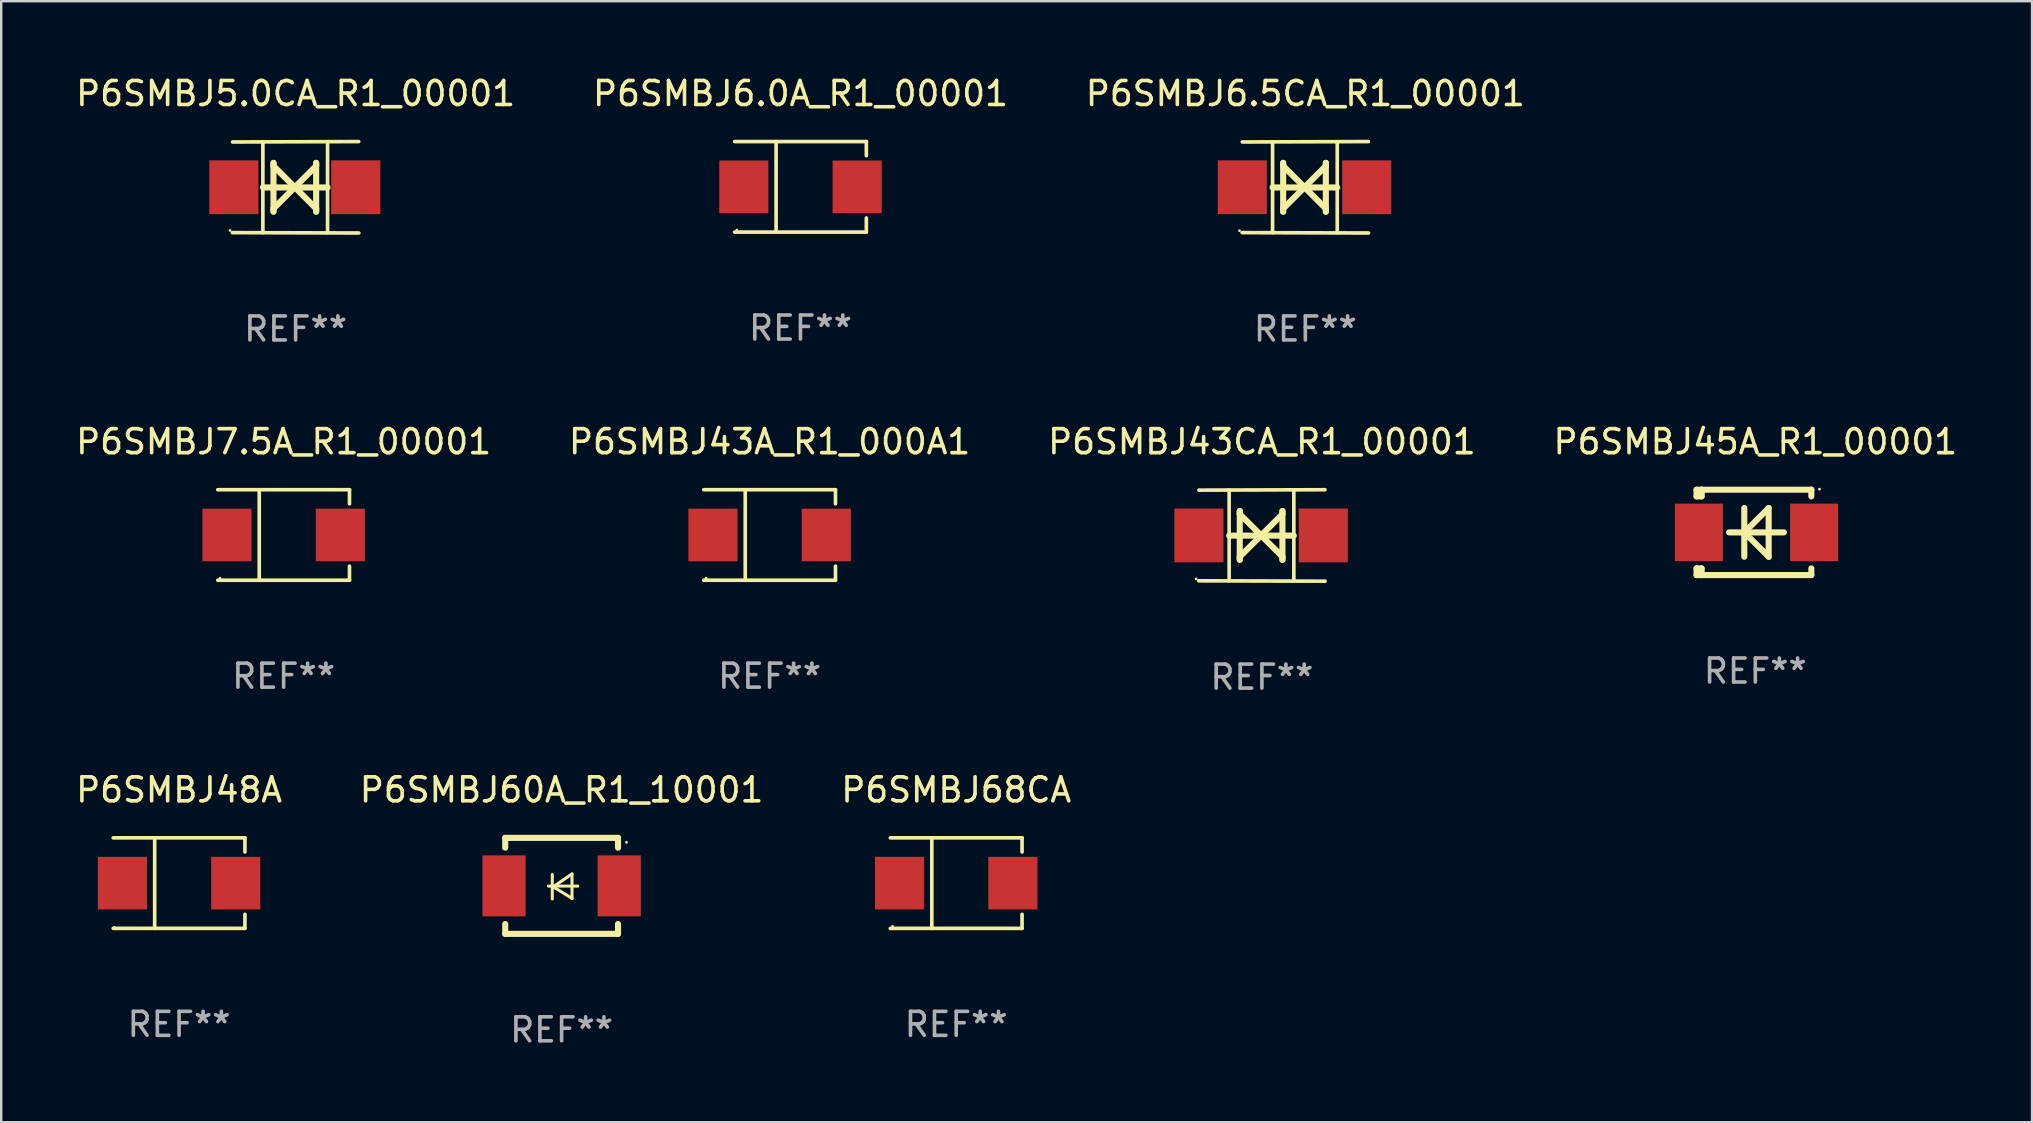
<source format=kicad_pcb>
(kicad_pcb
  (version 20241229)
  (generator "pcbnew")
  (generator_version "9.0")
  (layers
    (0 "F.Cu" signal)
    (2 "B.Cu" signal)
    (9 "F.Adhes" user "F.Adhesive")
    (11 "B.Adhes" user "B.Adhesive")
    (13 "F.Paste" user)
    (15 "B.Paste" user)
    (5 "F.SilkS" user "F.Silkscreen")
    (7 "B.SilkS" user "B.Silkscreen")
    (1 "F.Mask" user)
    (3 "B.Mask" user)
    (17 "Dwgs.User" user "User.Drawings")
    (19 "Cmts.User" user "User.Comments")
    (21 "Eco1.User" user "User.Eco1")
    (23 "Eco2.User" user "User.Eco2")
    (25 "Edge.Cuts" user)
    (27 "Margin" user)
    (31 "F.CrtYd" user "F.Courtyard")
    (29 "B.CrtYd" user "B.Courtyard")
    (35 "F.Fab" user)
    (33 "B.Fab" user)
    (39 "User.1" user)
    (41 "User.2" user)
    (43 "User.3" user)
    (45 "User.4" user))
  (footprint "P6SMBJ43CA_R1_00001"
    (layer "F.Cu")
    (at 49.53 19.26)
    (property "Reference" "P6SMBJ43CA_R1_00001" (at 0 -3.905 0) (layer "F.SilkS") (effects (font (size 1 1) (thickness 0.15))))
    (attr through_hole)
    (fp_line (start -1.365 1.886) (end -1.365 -1.886) (stroke (width 0.152) (type solid)) (layer "F.SilkS"))
    (fp_line (start -1.365 0.008) (end 1.33 0.008) (stroke (width 0.254) (type solid)) (layer "F.SilkS"))
    (fp_line (start -0.923 -1.016) (end -0.923 1.016) (stroke (width 0.254) (type solid)) (layer "F.SilkS"))
    (fp_line (start -0.923 -0.889) (end -0.923 -1.016) (stroke (width 0.254) (type solid)) (layer "F.SilkS"))
    (fp_line (start -0.923 0.889) (end -0.034 0) (stroke (width 0.254) (type solid)) (layer "F.SilkS"))
    (fp_line (start -0.923 1.016) (end -0.923 0.889) (stroke (width 0.254) (type solid)) (layer "F.SilkS"))
    (fp_line (start -0.034 0) (end -0.923 -0.889) (stroke (width 0.254) (type solid)) (layer "F.SilkS"))
    (fp_line (start -0.034 0) (end 0.855 0.889) (stroke (width 0.254) (type solid)) (layer "F.SilkS"))
    (fp_line (start 0.855 -1.016) (end 0.855 -0.889) (stroke (width 0.254) (type solid)) (layer "F.SilkS"))
    (fp_line (start 0.855 -0.889) (end -0.034 0) (stroke (width 0.254) (type solid)) (layer "F.SilkS"))
    (fp_line (start 0.855 0.889) (end 0.855 1.016) (stroke (width 0.254) (type solid)) (layer "F.SilkS"))
    (fp_line (start 0.855 1.016) (end 0.855 -1.016) (stroke (width 0.254) (type solid)) (layer "F.SilkS"))
    (fp_line (start 1.33 1.886) (end 1.33 -1.886) (stroke (width 0.152) (type solid)) (layer "F.SilkS"))
    (fp_line (start 2.629 -1.905) (end -2.625 -1.887) (stroke (width 0.152) (type solid)) (layer "F.SilkS"))
    (fp_line (start 2.633 1.905) (end -2.633 1.89) (stroke (width 0.152) (type solid)) (layer "F.SilkS"))
    (fp_circle (center -2.741 1.81) (end -2.711 1.81) (stroke (width 0.06) (type solid)) (fill no) (layer "F.SilkS"))
    (fp_text user "REF**" (at 0 5.905 0) (layer "F.Fab") (effects (font (size 1 1) (thickness 0.15))))
    (pad "1" smd rect (at -2.625 0) (size 2.047 2.241) (layers "F.Cu" "F.Mask" "F.Paste"))
    (pad "2" smd rect (at 2.557 0) (size 2.047 2.241) (layers "F.Cu" "F.Mask" "F.Paste")))
  (footprint "P6SMBJ43A_R1_000A1"
    (layer "F.Cu")
    (at 29.018 19.241)
    (property "Reference" "P6SMBJ43A_R1_000A1" (at 0 -3.886 0) (layer "F.SilkS") (effects (font (size 1 1) (thickness 0.15))))
    (attr through_hole)
    (fp_line (start -2.744 -1.886) (end 2.744 -1.886) (stroke (width 0.152) (type solid)) (layer "F.SilkS"))
    (fp_line (start -2.744 1.886) (end 2.744 1.886) (stroke (width 0.152) (type solid)) (layer "F.SilkS"))
    (fp_line (start -1.016 -1.886) (end -1.016 1.886) (stroke (width 0.152) (type solid)) (layer "F.SilkS"))
    (fp_line (start 2.744 -1.886) (end 2.744 -1.299) (stroke (width 0.152) (type solid)) (layer "F.SilkS"))
    (fp_line (start 2.744 1.886) (end 2.744 1.299) (stroke (width 0.152) (type solid)) (layer "F.SilkS"))
    (fp_circle (center -2.65 1.8) (end -2.62 1.8) (stroke (width 0.06) (type solid)) (fill no) (layer "F.SilkS"))
    (fp_text user "REF**" (at 0 5.886 0) (layer "F.Fab") (effects (font (size 1 1) (thickness 0.15))))
    (pad "1" smd rect (at -2.361 0) (size 2.047 2.192) (layers "F.Cu" "F.Mask" "F.Paste"))
    (pad "2" smd rect (at 2.361 0) (size 2.047 2.192) (layers "F.Cu" "F.Mask" "F.Paste")))
  (footprint "P6SMBJ45A_R1_00001"
    (layer "F.Cu")
    (at 70.089 19.133)
    (property "Reference" "P6SMBJ45A_R1_00001" (at 0 -3.778 0) (layer "F.SilkS") (effects (font (size 1 1) (thickness 0.15))))
    (attr through_hole)
    (fp_line (start -2.448 1.501) (end -2.448 1.778) (stroke (width 0.254) (type solid)) (layer "F.SilkS"))
    (fp_line (start -2.448 1.778) (end -2.237 1.778) (stroke (width 0.254) (type solid)) (layer "F.SilkS"))
    (fp_line (start -2.448 -1.778) (end -2.448 -1.501) (stroke (width 0.254) (type solid)) (layer "F.SilkS"))
    (fp_line (start -2.448 -1.501) (end -2.238 -1.501) (stroke (width 0.254) (type solid)) (layer "F.SilkS"))
    (fp_line (start -2.448 1.501) (end -2.238 1.501) (stroke (width 0.254) (type solid)) (layer "F.SilkS"))
    (fp_line (start -2.238 -1.778) (end -2.448 -1.778) (stroke (width 0.254) (type solid)) (layer "F.SilkS"))
    (fp_line (start -2.238 -1.778) (end 2.334 -1.778) (stroke (width 0.254) (type solid)) (layer "F.SilkS"))
    (fp_line (start -2.238 -1.651) (end -2.238 -1.778) (stroke (width 0.254) (type solid)) (layer "F.SilkS"))
    (fp_line (start -2.238 -1.501) (end -2.238 -1.651) (stroke (width 0.254) (type solid)) (layer "F.SilkS"))
    (fp_line (start -2.238 1.778) (end -2.238 1.501) (stroke (width 0.254) (type solid)) (layer "F.SilkS"))
    (fp_line (start -1.095 0) (end 1.191 0) (stroke (width 0.254) (type solid)) (layer "F.SilkS"))
    (fp_line (start -0.46 -1.016) (end -0.46 1.016) (stroke (width 0.254) (type solid)) (layer "F.SilkS"))
    (fp_line (start -0.459 -0.000178) (end 0.557 1.016) (stroke (width 0.254) (type solid)) (layer "F.SilkS"))
    (fp_line (start 0.556 -1.016) (end 0.556 1.016) (stroke (width 0.254) (type solid)) (layer "F.SilkS"))
    (fp_line (start 0.557 -1.016) (end -0.459 -0.000178) (stroke (width 0.254) (type solid)) (layer "F.SilkS"))
    (fp_line (start 2.334 -1.778) (end 2.334 -1.501) (stroke (width 0.254) (type solid)) (layer "F.SilkS"))
    (fp_line (start 2.334 1.501) (end 2.334 1.778) (stroke (width 0.254) (type solid)) (layer "F.SilkS"))
    (fp_line (start 2.334 1.778) (end -2.238 1.778) (stroke (width 0.254) (type solid)) (layer "F.SilkS"))
    (fp_circle (center 2.674 -1.8) (end 2.704 -1.8) (stroke (width 0.06) (type solid)) (fill no) (layer "F.SilkS"))
    (fp_text user "REF**" (at 0 5.778 0) (layer "F.Fab") (effects (font (size 1 1) (thickness 0.15))))
    (pad "1" smd rect (at 2.448 -0.000025) (size 2 2.4) (layers "F.Cu" "F.Mask" "F.Paste"))
    (pad "2" smd rect (at -2.352 -0.000025) (size 2 2.4) (layers "F.Cu" "F.Mask" "F.Paste")))
  (footprint "P6SMBJ6.0A_R1_00001"
    (layer "F.Cu")
    (at 30.304 4.734)
    (property "Reference" "P6SMBJ6.0A_R1_00001" (at 0 -3.886 0) (layer "F.SilkS") (effects (font (size 1 1) (thickness 0.15))))
    (attr through_hole)
    (fp_line (start -2.744 -1.886) (end 2.744 -1.886) (stroke (width 0.152) (type solid)) (layer "F.SilkS"))
    (fp_line (start -2.744 1.886) (end 2.744 1.886) (stroke (width 0.152) (type solid)) (layer "F.SilkS"))
    (fp_line (start -1.016 -1.886) (end -1.016 1.886) (stroke (width 0.152) (type solid)) (layer "F.SilkS"))
    (fp_line (start 2.744 -1.886) (end 2.744 -1.299) (stroke (width 0.152) (type solid)) (layer "F.SilkS"))
    (fp_line (start 2.744 1.886) (end 2.744 1.299) (stroke (width 0.152) (type solid)) (layer "F.SilkS"))
    (fp_circle (center -2.65 1.8) (end -2.62 1.8) (stroke (width 0.06) (type solid)) (fill no) (layer "F.SilkS"))
    (fp_text user "REF**" (at 0 5.886 0) (layer "F.Fab") (effects (font (size 1 1) (thickness 0.15))))
    (pad "1" smd rect (at -2.361 0) (size 2.047 2.192) (layers "F.Cu" "F.Mask" "F.Paste"))
    (pad "2" smd rect (at 2.361 0) (size 2.047 2.192) (layers "F.Cu" "F.Mask" "F.Paste")))
  (footprint "P6SMBJ48A"
    (layer "F.Cu")
    (at 4.411 33.747)
    (property "Reference" "P6SMBJ48A" (at 0 -3.886 0) (layer "F.SilkS") (effects (font (size 1 1) (thickness 0.15))))
    (attr through_hole)
    (fp_line (start -2.744 -1.886) (end 2.744 -1.886) (stroke (width 0.152) (type solid)) (layer "F.SilkS"))
    (fp_line (start -2.744 1.886) (end 2.744 1.886) (stroke (width 0.152) (type solid)) (layer "F.SilkS"))
    (fp_line (start -1.016 -1.886) (end -1.016 1.886) (stroke (width 0.152) (type solid)) (layer "F.SilkS"))
    (fp_line (start 2.744 -1.886) (end 2.744 -1.299) (stroke (width 0.152) (type solid)) (layer "F.SilkS"))
    (fp_line (start 2.744 1.886) (end 2.744 1.299) (stroke (width 0.152) (type solid)) (layer "F.SilkS"))
    (fp_circle (center -2.7 1.85) (end -2.67 1.85) (stroke (width 0.06) (type solid)) (fill no) (layer "F.SilkS"))
    (fp_text user "REF**" (at 0 5.886 0) (layer "F.Fab") (effects (font (size 1 1) (thickness 0.15))))
    (pad "1" smd rect (at -2.361 0) (size 2.047 2.192) (layers "F.Cu" "F.Mask" "F.Paste"))
    (pad "2" smd rect (at 2.361 0) (size 2.047 2.192) (layers "F.Cu" "F.Mask" "F.Paste")))
  (footprint "P6SMBJ5.0CA_R1_00001"
    (layer "F.Cu")
    (at 9.268 4.753)
    (property "Reference" "P6SMBJ5.0CA_R1_00001" (at 0 -3.905 0) (layer "F.SilkS") (effects (font (size 1 1) (thickness 0.15))))
    (attr through_hole)
    (fp_line (start -1.365 1.886) (end -1.365 -1.886) (stroke (width 0.152) (type solid)) (layer "F.SilkS"))
    (fp_line (start -1.365 0.008) (end 1.33 0.008) (stroke (width 0.254) (type solid)) (layer "F.SilkS"))
    (fp_line (start -0.923 -1.016) (end -0.923 1.016) (stroke (width 0.254) (type solid)) (layer "F.SilkS"))
    (fp_line (start -0.923 -0.889) (end -0.923 -1.016) (stroke (width 0.254) (type solid)) (layer "F.SilkS"))
    (fp_line (start -0.923 0.889) (end -0.034 0) (stroke (width 0.254) (type solid)) (layer "F.SilkS"))
    (fp_line (start -0.923 1.016) (end -0.923 0.889) (stroke (width 0.254) (type solid)) (layer "F.SilkS"))
    (fp_line (start -0.034 0) (end -0.923 -0.889) (stroke (width 0.254) (type solid)) (layer "F.SilkS"))
    (fp_line (start -0.034 0) (end 0.855 0.889) (stroke (width 0.254) (type solid)) (layer "F.SilkS"))
    (fp_line (start 0.855 -1.016) (end 0.855 -0.889) (stroke (width 0.254) (type solid)) (layer "F.SilkS"))
    (fp_line (start 0.855 -0.889) (end -0.034 0) (stroke (width 0.254) (type solid)) (layer "F.SilkS"))
    (fp_line (start 0.855 0.889) (end 0.855 1.016) (stroke (width 0.254) (type solid)) (layer "F.SilkS"))
    (fp_line (start 0.855 1.016) (end 0.855 -1.016) (stroke (width 0.254) (type solid)) (layer "F.SilkS"))
    (fp_line (start 1.33 1.886) (end 1.33 -1.886) (stroke (width 0.152) (type solid)) (layer "F.SilkS"))
    (fp_line (start 2.629 -1.905) (end -2.625 -1.887) (stroke (width 0.152) (type solid)) (layer "F.SilkS"))
    (fp_line (start 2.633 1.905) (end -2.633 1.89) (stroke (width 0.152) (type solid)) (layer "F.SilkS"))
    (fp_circle (center -2.732 1.8) (end -2.702 1.8) (stroke (width 0.06) (type solid)) (fill no) (layer "F.SilkS"))
    (fp_text user "REF**" (at 0 5.905 0) (layer "F.Fab") (effects (font (size 1 1) (thickness 0.15))))
    (pad "1" smd rect (at -2.574 0) (size 2.047 2.241) (layers "F.Cu" "F.Mask" "F.Paste"))
    (pad "2" smd rect (at 2.506 0) (size 2.047 2.241) (layers "F.Cu" "F.Mask" "F.Paste")))
  (footprint "P6SMBJ7.5A_R1_00001"
    (layer "F.Cu")
    (at 8.768 19.241)
    (property "Reference" "P6SMBJ7.5A_R1_00001" (at 0 -3.886 0) (layer "F.SilkS") (effects (font (size 1 1) (thickness 0.15))))
    (attr through_hole)
    (fp_line (start -2.744 -1.886) (end 2.744 -1.886) (stroke (width 0.152) (type solid)) (layer "F.SilkS"))
    (fp_line (start -2.744 1.886) (end 2.744 1.886) (stroke (width 0.152) (type solid)) (layer "F.SilkS"))
    (fp_line (start -1.016 -1.886) (end -1.016 1.886) (stroke (width 0.152) (type solid)) (layer "F.SilkS"))
    (fp_line (start 2.744 -1.886) (end 2.744 -1.299) (stroke (width 0.152) (type solid)) (layer "F.SilkS"))
    (fp_line (start 2.744 1.886) (end 2.744 1.299) (stroke (width 0.152) (type solid)) (layer "F.SilkS"))
    (fp_circle (center -2.65 1.8) (end -2.62 1.8) (stroke (width 0.06) (type solid)) (fill no) (layer "F.SilkS"))
    (fp_text user "REF**" (at 0 5.886 0) (layer "F.Fab") (effects (font (size 1 1) (thickness 0.15))))
    (pad "1" smd rect (at -2.361 0) (size 2.047 2.192) (layers "F.Cu" "F.Mask" "F.Paste"))
    (pad "2" smd rect (at 2.361 0) (size 2.047 2.192) (layers "F.Cu" "F.Mask" "F.Paste")))
  (footprint "P6SMBJ60A_R1_10001"
    (layer "F.Cu")
    (at 20.351 33.861)
    (property "Reference" "P6SMBJ60A_R1_10001" (at 0 -4 0) (layer "F.SilkS") (effects (font (size 1 1) (thickness 0.15))))
    (attr through_hole)
    (fp_line (start -2.35 -2) (end -2.35 -1.591) (stroke (width 0.254) (type solid)) (layer "F.SilkS"))
    (fp_line (start -2.35 -2) (end 2.35 -2) (stroke (width 0.254) (type solid)) (layer "F.SilkS"))
    (fp_line (start -2.35 1.591) (end -2.35 2) (stroke (width 0.254) (type solid)) (layer "F.SilkS"))
    (fp_line (start -2.35 2) (end 2.35 2) (stroke (width 0.254) (type solid)) (layer "F.SilkS"))
    (fp_line (start -0.548 0.01) (end 0.671 0.01) (stroke (width 0.127) (type solid)) (layer "F.SilkS"))
    (fp_line (start -0.389 -0.47) (end -0.389 0.546) (stroke (width 0.127) (type solid)) (layer "F.SilkS"))
    (fp_line (start -0.35 0.04) (end 0.433 0.52) (stroke (width 0.127) (type solid)) (layer "F.SilkS"))
    (fp_line (start 0.433 -0.5) (end -0.35 0.04) (stroke (width 0.127) (type solid)) (layer "F.SilkS"))
    (fp_line (start 0.433 0.53) (end 0.433 -0.486) (stroke (width 0.127) (type solid)) (layer "F.SilkS"))
    (fp_line (start 2.35 -2) (end 2.35 -1.591) (stroke (width 0.254) (type solid)) (layer "F.SilkS"))
    (fp_line (start 2.35 1.591) (end 2.35 2) (stroke (width 0.254) (type solid)) (layer "F.SilkS"))
    (fp_circle (center 2.704 -1.813) (end 2.734 -1.813) (stroke (width 0.06) (type solid)) (fill no) (layer "F.SilkS"))
    (fp_text user "REF**" (at 0 6 0) (layer "F.Fab") (effects (font (size 1 1) (thickness 0.15))))
    (pad "1" smd rect (at 2.4 0) (size 1.8 2.54) (layers "F.Cu" "F.Mask" "F.Paste"))
    (pad "2" smd rect (at -2.4 0) (size 1.8 2.54) (layers "F.Cu" "F.Mask" "F.Paste")))
  (footprint "P6SMBJ6.5CA_R1_00001"
    (layer "F.Cu")
    (at 51.339 4.753)
    (property "Reference" "P6SMBJ6.5CA_R1_00001" (at 0 -3.905 0) (layer "F.SilkS") (effects (font (size 1 1) (thickness 0.15))))
    (attr through_hole)
    (fp_line (start -1.365 1.886) (end -1.365 -1.886) (stroke (width 0.152) (type solid)) (layer "F.SilkS"))
    (fp_line (start -1.365 0.008) (end 1.33 0.008) (stroke (width 0.254) (type solid)) (layer "F.SilkS"))
    (fp_line (start -0.923 -1.016) (end -0.923 1.016) (stroke (width 0.254) (type solid)) (layer "F.SilkS"))
    (fp_line (start -0.923 -0.889) (end -0.923 -1.016) (stroke (width 0.254) (type solid)) (layer "F.SilkS"))
    (fp_line (start -0.923 0.889) (end -0.034 0) (stroke (width 0.254) (type solid)) (layer "F.SilkS"))
    (fp_line (start -0.923 1.016) (end -0.923 0.889) (stroke (width 0.254) (type solid)) (layer "F.SilkS"))
    (fp_line (start -0.034 0) (end -0.923 -0.889) (stroke (width 0.254) (type solid)) (layer "F.SilkS"))
    (fp_line (start -0.034 0) (end 0.855 0.889) (stroke (width 0.254) (type solid)) (layer "F.SilkS"))
    (fp_line (start 0.855 -1.016) (end 0.855 -0.889) (stroke (width 0.254) (type solid)) (layer "F.SilkS"))
    (fp_line (start 0.855 -0.889) (end -0.034 0) (stroke (width 0.254) (type solid)) (layer "F.SilkS"))
    (fp_line (start 0.855 0.889) (end 0.855 1.016) (stroke (width 0.254) (type solid)) (layer "F.SilkS"))
    (fp_line (start 0.855 1.016) (end 0.855 -1.016) (stroke (width 0.254) (type solid)) (layer "F.SilkS"))
    (fp_line (start 1.33 1.886) (end 1.33 -1.886) (stroke (width 0.152) (type solid)) (layer "F.SilkS"))
    (fp_line (start 2.629 -1.905) (end -2.625 -1.887) (stroke (width 0.152) (type solid)) (layer "F.SilkS"))
    (fp_line (start 2.633 1.905) (end -2.633 1.89) (stroke (width 0.152) (type solid)) (layer "F.SilkS"))
    (fp_circle (center -2.741 1.81) (end -2.711 1.81) (stroke (width 0.06) (type solid)) (fill no) (layer "F.SilkS"))
    (fp_text user "REF**" (at 0 5.905 0) (layer "F.Fab") (effects (font (size 1 1) (thickness 0.15))))
    (pad "1" smd rect (at -2.625 0) (size 2.047 2.241) (layers "F.Cu" "F.Mask" "F.Paste"))
    (pad "2" smd rect (at 2.557 0) (size 2.047 2.241) (layers "F.Cu" "F.Mask" "F.Paste")))
  (footprint "P6SMBJ68CA"
    (layer "F.Cu")
    (at 36.792 33.747)
    (property "Reference" "P6SMBJ68CA" (at 0 -3.886 0) (layer "F.SilkS") (effects (font (size 1 1) (thickness 0.15))))
    (attr through_hole)
    (fp_line (start -2.744 -1.886) (end 2.744 -1.886) (stroke (width 0.152) (type solid)) (layer "F.SilkS"))
    (fp_line (start -2.744 1.886) (end 2.744 1.886) (stroke (width 0.152) (type solid)) (layer "F.SilkS"))
    (fp_line (start -1.016 -1.886) (end -1.016 1.886) (stroke (width 0.152) (type solid)) (layer "F.SilkS"))
    (fp_line (start 2.744 -1.886) (end 2.744 -1.299) (stroke (width 0.152) (type solid)) (layer "F.SilkS"))
    (fp_line (start 2.744 1.886) (end 2.744 1.299) (stroke (width 0.152) (type solid)) (layer "F.SilkS"))
    (fp_circle (center -2.65 1.8) (end -2.62 1.8) (stroke (width 0.06) (type solid)) (fill no) (layer "F.SilkS"))
    (fp_text user "REF**" (at 0 5.886 0) (layer "F.Fab") (effects (font (size 1 1) (thickness 0.15))))
    (pad "1" smd rect (at -2.361 0) (size 2.047 2.192) (layers "F.Cu" "F.Mask" "F.Paste"))
    (pad "2" smd rect (at 2.361 0) (size 2.047 2.192) (layers "F.Cu" "F.Mask" "F.Paste")))
  (gr_rect
    (start -3 -3)
    (end 81.619 43.71)
    (stroke (width 0.1) (type default))
    (fill no)
    (layer "Edge.Cuts")))
</source>
